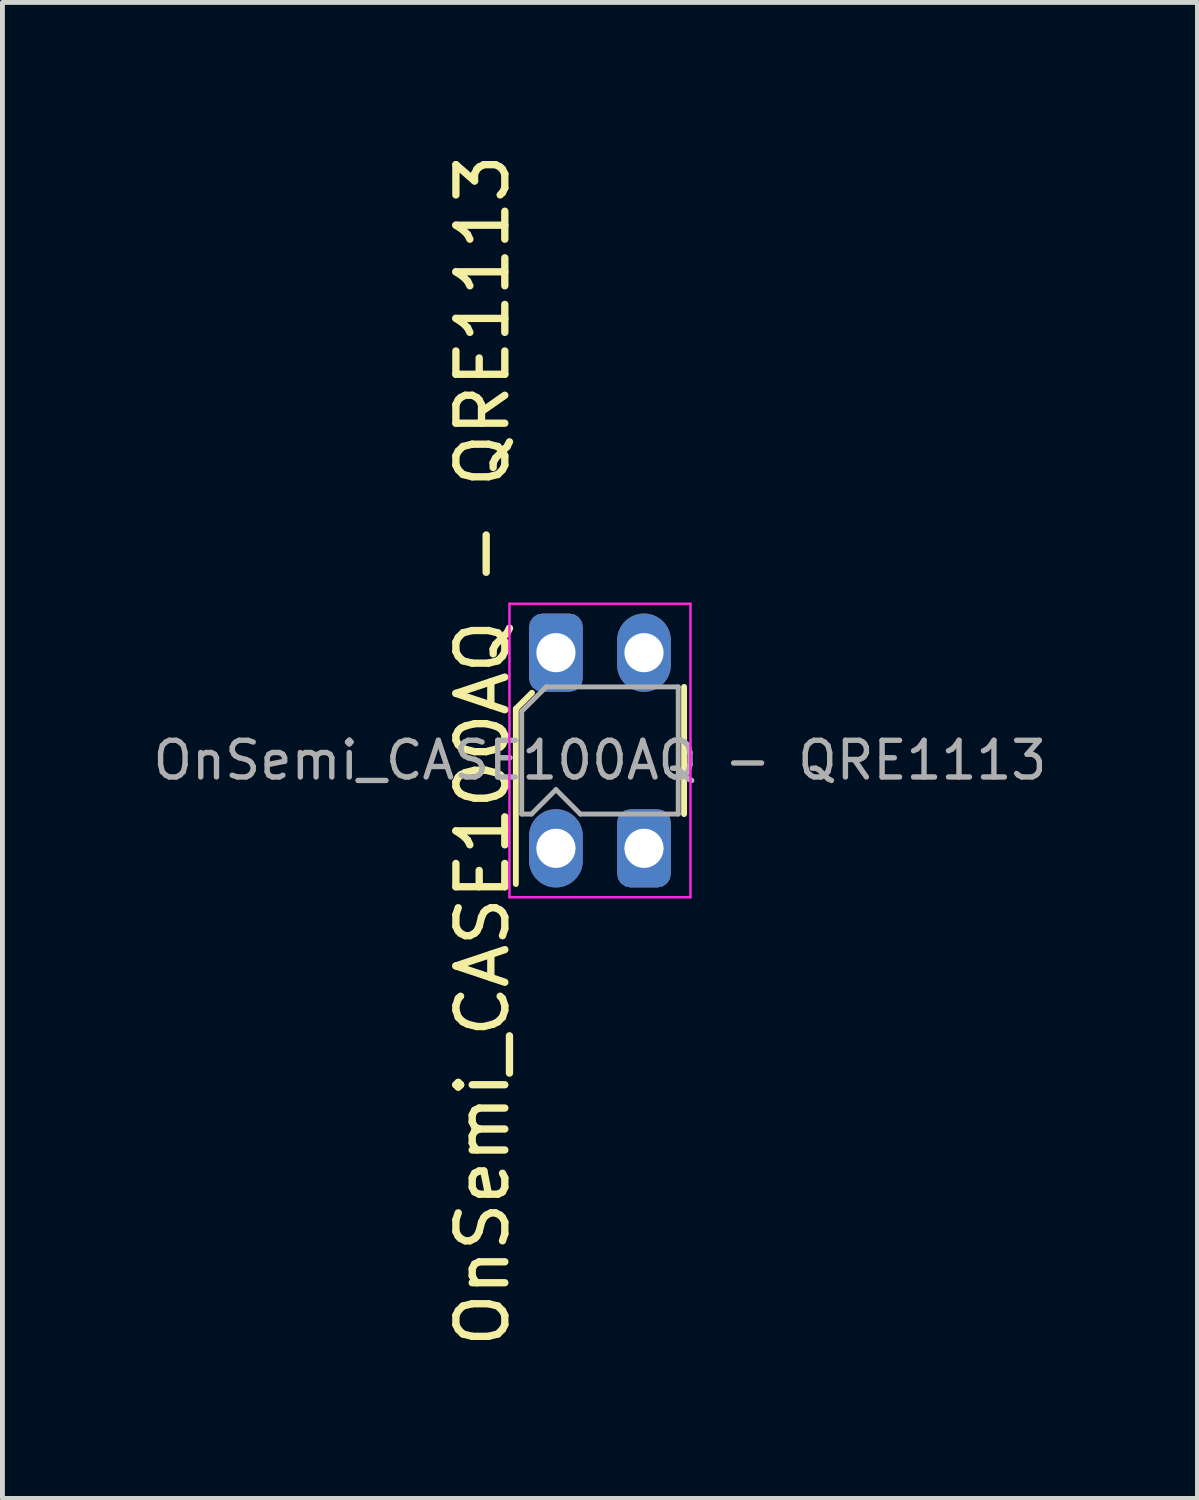
<source format=kicad_pcb>
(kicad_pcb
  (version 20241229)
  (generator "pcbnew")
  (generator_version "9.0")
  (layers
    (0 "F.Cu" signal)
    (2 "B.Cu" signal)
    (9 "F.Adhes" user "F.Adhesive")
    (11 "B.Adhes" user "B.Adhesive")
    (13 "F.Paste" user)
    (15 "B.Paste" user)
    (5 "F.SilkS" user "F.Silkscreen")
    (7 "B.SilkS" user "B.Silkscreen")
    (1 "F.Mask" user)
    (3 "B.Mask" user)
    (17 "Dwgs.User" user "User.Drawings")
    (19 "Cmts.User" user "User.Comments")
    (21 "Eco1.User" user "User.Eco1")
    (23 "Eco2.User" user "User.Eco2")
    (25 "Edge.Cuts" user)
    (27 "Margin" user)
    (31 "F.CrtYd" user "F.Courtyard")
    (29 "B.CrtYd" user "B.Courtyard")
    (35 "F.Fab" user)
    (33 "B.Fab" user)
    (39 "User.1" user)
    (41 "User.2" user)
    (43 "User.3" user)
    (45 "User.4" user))
  (footprint "OnSemi_CASE100AQ - QRE1113"
    (layer "F.Cu")
    (at 8.315 10.292)
    (property "Reference" "OnSemi_CASE100AQ - QRE1113" (at -1.5 2 90) (layer "F.SilkS") (effects (font (size 1 1) (thickness 0.15))))
    (attr through_hole)
    (fp_line (start -0.82 1.15) (end -0.82 4.73) (stroke (width 0.12) (type solid)) (layer "F.SilkS"))
    (fp_line (start -0.49 0.82) (end -0.82 1.15) (stroke (width 0.12) (type solid)) (layer "F.SilkS"))
    (fp_line (start 2.62 3.3) (end 2.62 0.7) (stroke (width 0.12) (type solid)) (layer "F.SilkS"))
    (fp_line (start -0.95 -1) (end -0.95 5) (stroke (width 0.05) (type solid)) (layer "F.CrtYd"))
    (fp_line (start -0.95 -1) (end 2.75 -1) (stroke (width 0.05) (type solid)) (layer "F.CrtYd"))
    (fp_line (start 2.75 5) (end -0.95 5) (stroke (width 0.05) (type solid)) (layer "F.CrtYd"))
    (fp_line (start 2.75 5) (end 2.75 -1) (stroke (width 0.05) (type solid)) (layer "F.CrtYd"))
    (fp_line (start -0.7 1.2) (end -0.2 0.7) (stroke (width 0.1) (type solid)) (layer "F.Fab"))
    (fp_line (start -0.7 3.3) (end -0.7 1.2) (stroke (width 0.1) (type solid)) (layer "F.Fab"))
    (fp_line (start -0.7 3.3) (end -0.5 3.3) (stroke (width 0.1) (type solid)) (layer "F.Fab"))
    (fp_line (start -0.2 0.7) (end 2.5 0.7) (stroke (width 0.1) (type solid)) (layer "F.Fab"))
    (fp_line (start 0 2.8) (end -0.5 3.3) (stroke (width 0.1) (type solid)) (layer "F.Fab"))
    (fp_line (start 0 2.8) (end 0.5 3.3) (stroke (width 0.1) (type solid)) (layer "F.Fab"))
    (fp_line (start 2.5 0.7) (end 2.5 3.3) (stroke (width 0.1) (type solid)) (layer "F.Fab"))
    (fp_line (start 2.5 3.3) (end 0.5 3.3) (stroke (width 0.1) (type solid)) (layer "F.Fab"))
    (fp_text user "${REFERENCE}" (at 0.9 2.2 0) (layer "F.Fab") (effects (font (size 0.75 0.75) (thickness 0.11))))
    (pad "1" thru_hole roundrect (at 0 0) (size 1.1 1.6) (drill 0.8) (layers "*.Cu" "*.Mask") (roundrect_rratio 0.25))
    (pad "2" thru_hole oval (at 0 4) (size 1.1 1.6) (drill 0.8) (layers "*.Cu" "*.Mask"))
    (pad "3" thru_hole roundrect (at 1.8 4) (size 1.1 1.6) (drill 0.8) (layers "*.Cu" "*.Mask") (roundrect_rratio 0.25))
    (pad "4" thru_hole oval (at 1.8 0) (size 1.1 1.6) (drill 0.8) (layers "*.Cu" "*.Mask")))
  (gr_rect
    (start -3 -3)
    (end 21.43 27.583)
    (stroke (width 0.1) (type default))
    (fill no)
    (layer "Edge.Cuts")))
</source>
